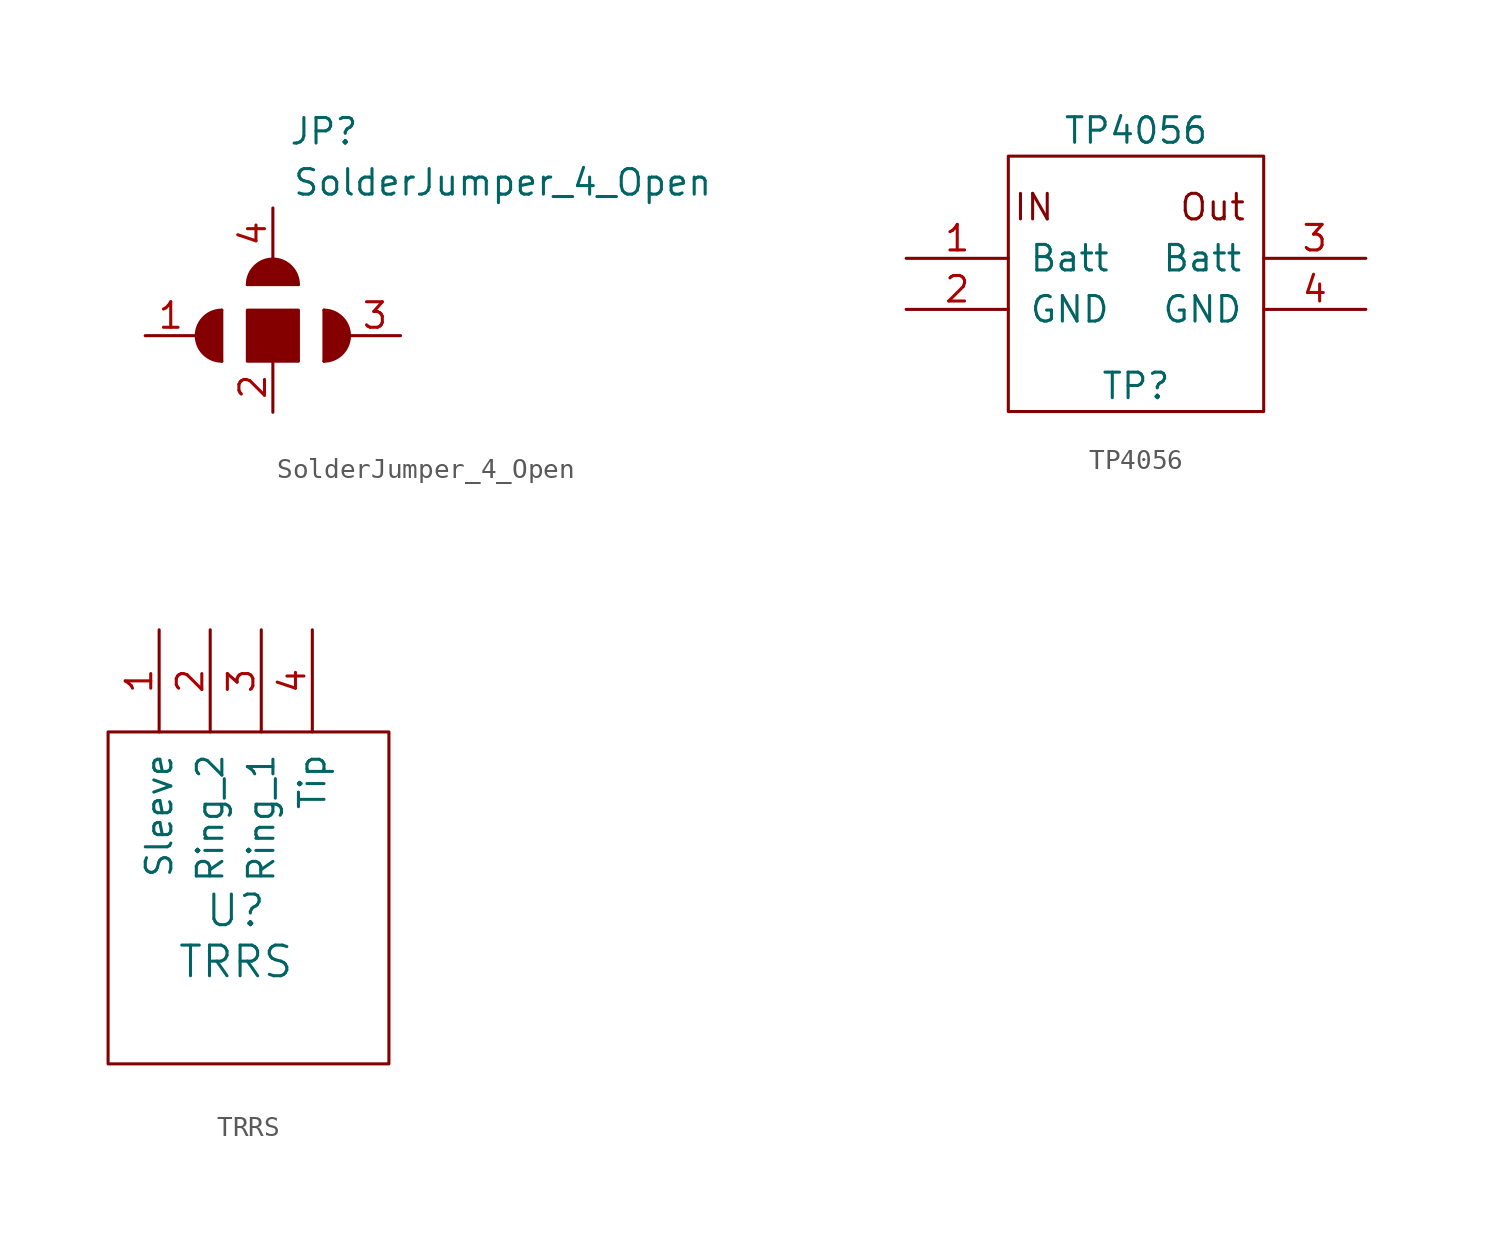
<source format=kicad_sym>
(kicad_symbol_lib
  (version 20220914)
  (generator kicad_symbol_editor)
  (symbol "SolderJumper_4_Open"
    (pin_names
      (offset 0) hide)
    (property "Reference" "JP"
      (at 2.54 10.16 0)
      (effects (font (size 1.27 1.27))))
    (property "Value" "SolderJumper_4_Open"
      (at 11.43 7.62 0)
      (effects (font (size 1.27 1.27))))
    (symbol "SolderJumper_4_Open_0_1"
      (arc (start -2.54 1.27) (mid -3.8045 0) (end -2.54 -1.27) (stroke (width 0) (type default)) (fill (type outline)))
      (rectangle (start -1.27 1.27) (end 1.27 -1.27) (stroke (width 0) (type default)) (fill (type outline)))
      (polyline (pts (xy -2.54 1.27) (xy -2.54 -1.27)) (stroke (width 0) (type default)) (fill (type outline)))
      (polyline (pts (xy 1.27 2.54) (xy -1.27 2.54)) (stroke (width 0) (type default)) (fill (type none)))
      (polyline (pts (xy 2.54 -1.27) (xy 2.54 1.27)) (stroke (width 0) (type default)) (fill (type none)))
      (arc (start 1.27 2.54) (mid 0 3.8045) (end -1.27 2.54) (stroke (width 0) (type default)) (fill (type outline)))
      (arc (start 2.54 -1.27) (mid 3.8045 0) (end 2.54 1.27) (stroke (width 0) (type default)) (fill (type outline))))
    (symbol "SolderJumper_4_Open_1_1"
      (pin passive line (at -6.35 0 0) (length 2.54) (name "1" (effects (font (size 1.27 1.27)))) (number "1" (effects (font (size 1.27 1.27)))))
      (pin passive line (at 0 -3.81 90) (length 2.54) (name "2" (effects (font (size 1.27 1.27)))) (number "2" (effects (font (size 1.27 1.27)))))
      (pin passive line (at 6.35 0 180) (length 2.54) (name "3" (effects (font (size 1.27 1.27)))) (number "3" (effects (font (size 1.27 1.27)))))
      (pin passive line (at 0 6.35 270) (length 2.54) (name "4" (effects (font (size 1.27 1.27)))) (number "4" (effects (font (size 1.27 1.27)))))))
  (symbol "TP4056"
    (pin_names
      (offset 1.016))
    (property "Reference" "TP"
      (at 0 -8.89 0)
      (effects (font (size 1.27 1.27))))
    (property "Value" "TP4056"
      (at 0 3.81 0)
      (effects (font (size 1.27 1.27))))
    (symbol "TP4056_0_0"
      (text "IN" (at -5.08 0 0) (effects (font (size 1.27 1.27))))
      (text "Out" (at 3.81 0 0) (effects (font (size 1.27 1.27)))))
    (symbol "TP4056_0_1"
      (rectangle (start -6.35 2.54) (end 6.35 -10.16) (stroke (width 0) (type default)) (fill (type none))))
    (symbol "TP4056_1_1"
      (pin input line (at -11.43 -2.54 0) (length 5.08) (name "Batt" (effects (font (size 1.27 1.27)))) (number "1" (effects (font (size 1.27 1.27)))))
      (pin input line (at -11.43 -5.08 0) (length 5.08) (name "GND" (effects (font (size 1.27 1.27)))) (number "2" (effects (font (size 1.27 1.27)))))
      (pin output line (at 11.43 -2.54 180) (length 5.08) (name "Batt" (effects (font (size 1.27 1.27)))) (number "3" (effects (font (size 1.27 1.27)))))
      (pin output line (at 11.43 -5.08 180) (length 5.08) (name "GND" (effects (font (size 1.27 1.27)))) (number "4" (effects (font (size 1.27 1.27)))))))
  (symbol "TRRS"
    (pin_names
      (offset 1.016))
    (property "Reference" "U"
      (at -1.27 5.08 0)
      (effects (font (size 1.524 1.524))))
    (property "Value" "TRRS"
      (at -1.27 2.54 0)
      (effects (font (size 1.524 1.524))))
    (symbol "TRRS_0_1"
      (rectangle (start -7.62 13.97) (end 6.35 -2.54) (stroke (width 0) (type default)) (fill (type none))))
    (symbol "TRRS_1_1"
      (pin passive line (at -5.08 19.05 270) (length 5.08) (name "Sleeve" (effects (font (size 1.27 1.27)))) (number "1" (effects (font (size 1.27 1.27)))))
      (pin passive line (at -2.54 19.05 270) (length 5.08) (name "Ring_2" (effects (font (size 1.27 1.27)))) (number "2" (effects (font (size 1.27 1.27)))))
      (pin passive line (at 0 19.05 270) (length 5.08) (name "Ring_1" (effects (font (size 1.27 1.27)))) (number "3" (effects (font (size 1.27 1.27)))))
      (pin passive line (at 2.54 19.05 270) (length 5.08) (name "Tip" (effects (font (size 1.27 1.27)))) (number "4" (effects (font (size 1.27 1.27))))))))
</source>
